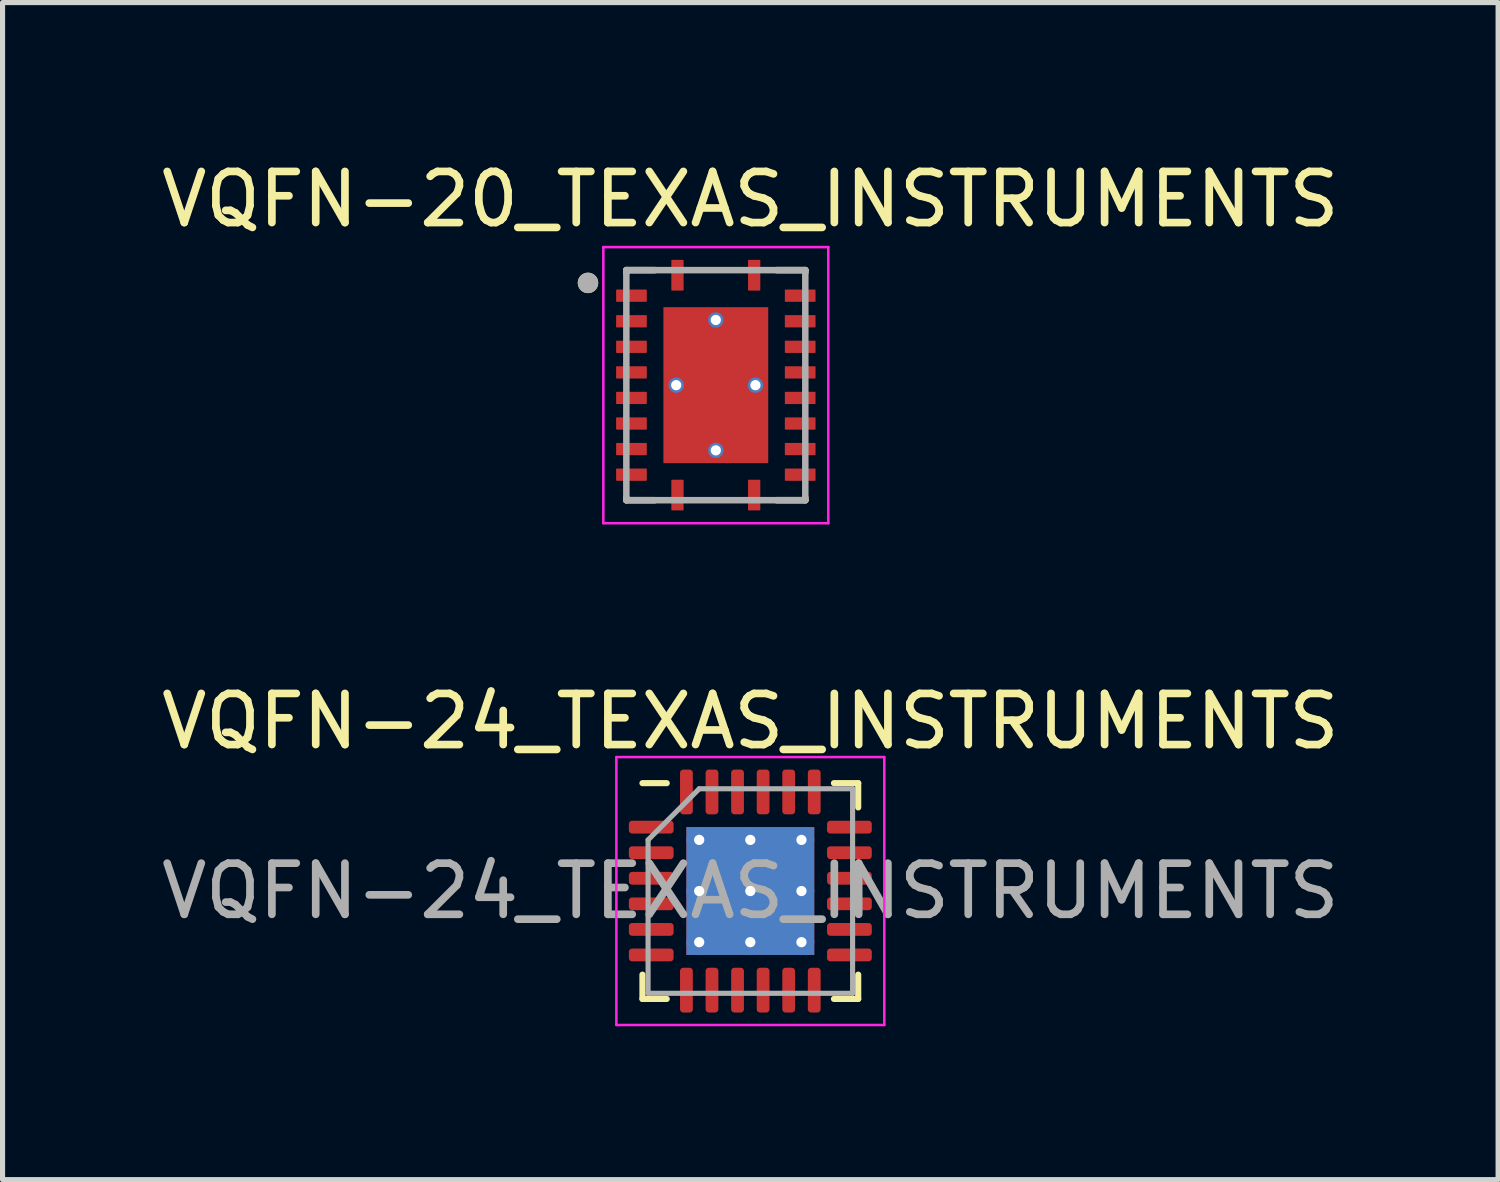
<source format=kicad_pcb>
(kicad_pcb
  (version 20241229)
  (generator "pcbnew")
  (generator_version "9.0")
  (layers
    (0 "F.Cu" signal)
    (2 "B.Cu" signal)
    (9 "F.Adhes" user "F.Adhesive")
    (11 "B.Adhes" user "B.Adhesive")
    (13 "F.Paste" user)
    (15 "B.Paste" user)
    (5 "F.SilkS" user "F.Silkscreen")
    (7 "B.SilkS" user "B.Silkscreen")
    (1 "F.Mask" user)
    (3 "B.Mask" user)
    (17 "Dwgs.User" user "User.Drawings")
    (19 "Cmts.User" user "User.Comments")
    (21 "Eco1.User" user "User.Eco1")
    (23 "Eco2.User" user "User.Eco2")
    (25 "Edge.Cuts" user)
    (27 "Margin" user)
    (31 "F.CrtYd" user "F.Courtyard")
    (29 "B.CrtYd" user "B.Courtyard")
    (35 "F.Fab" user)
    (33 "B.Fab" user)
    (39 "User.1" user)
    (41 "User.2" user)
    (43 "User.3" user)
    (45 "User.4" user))
  (footprint "VQFN-24_TEXAS_INSTRUMENTS"
    (layer "F.Cu")
    (at 11.625 14.377)
    (property "Reference" "VQFN-24_TEXAS_INSTRUMENTS" (at 0 -3.32 0) (layer "F.SilkS") (effects (font (size 1 1) (thickness 0.15))))
    (attr smd)
    (fp_line (start -2.11 2.11) (end -2.11 1.635) (stroke (width 0.12) (type solid)) (layer "F.SilkS"))
    (fp_line (start -1.635 -2.11) (end -2.11 -2.11) (stroke (width 0.12) (type solid)) (layer "F.SilkS"))
    (fp_line (start -1.635 2.11) (end -2.11 2.11) (stroke (width 0.12) (type solid)) (layer "F.SilkS"))
    (fp_line (start 1.635 -2.11) (end 2.11 -2.11) (stroke (width 0.12) (type solid)) (layer "F.SilkS"))
    (fp_line (start 1.635 2.11) (end 2.11 2.11) (stroke (width 0.12) (type solid)) (layer "F.SilkS"))
    (fp_line (start 2.11 -2.11) (end 2.11 -1.635) (stroke (width 0.12) (type solid)) (layer "F.SilkS"))
    (fp_line (start 2.11 2.11) (end 2.11 1.635) (stroke (width 0.12) (type solid)) (layer "F.SilkS"))
    (fp_line (start -2.62 -2.62) (end -2.62 2.62) (stroke (width 0.05) (type solid)) (layer "F.CrtYd"))
    (fp_line (start -2.62 2.62) (end 2.62 2.62) (stroke (width 0.05) (type solid)) (layer "F.CrtYd"))
    (fp_line (start 2.62 -2.62) (end -2.62 -2.62) (stroke (width 0.05) (type solid)) (layer "F.CrtYd"))
    (fp_line (start 2.62 2.62) (end 2.62 -2.62) (stroke (width 0.05) (type solid)) (layer "F.CrtYd"))
    (fp_line (start -2 -1) (end -1 -2) (stroke (width 0.1) (type solid)) (layer "F.Fab"))
    (fp_line (start -2 2) (end -2 -1) (stroke (width 0.1) (type solid)) (layer "F.Fab"))
    (fp_line (start -1 -2) (end 2 -2) (stroke (width 0.1) (type solid)) (layer "F.Fab"))
    (fp_line (start 2 -2) (end 2 2) (stroke (width 0.1) (type solid)) (layer "F.Fab"))
    (fp_line (start 2 2) (end -2 2) (stroke (width 0.1) (type solid)) (layer "F.Fab"))
    (fp_text user "${REFERENCE}" (at 0 0 0) (layer "F.Fab") (effects (font (size 1 1) (thickness 0.15))))
    (pad "" smd custom (at -0.5 -0.5) (size 0.779 0.779) (layers "F.Paste") (options (anchor circle)) (primitives (gr_poly (pts (xy -0.315 -0.192) (xy -0.192 -0.315) (xy 0.192 -0.315) (xy 0.315 -0.192) (xy 0.315 0.192) (xy 0.192 0.315) (xy -0.192 0.315) (xy -0.315 0.192)) (width 0.297) (fill yes))))
    (pad "" smd custom (at -0.5 0.5) (size 0.779 0.779) (layers "F.Paste") (options (anchor circle)) (primitives (gr_poly (pts (xy -0.315 -0.192) (xy -0.192 -0.315) (xy 0.192 -0.315) (xy 0.315 -0.192) (xy 0.315 0.192) (xy 0.192 0.315) (xy -0.192 0.315) (xy -0.315 0.192)) (width 0.297) (fill yes))))
    (pad "" smd custom (at 0.5 -0.5) (size 0.779 0.779) (layers "F.Paste") (options (anchor circle)) (primitives (gr_poly (pts (xy -0.315 -0.192) (xy -0.192 -0.315) (xy 0.192 -0.315) (xy 0.315 -0.192) (xy 0.315 0.192) (xy 0.192 0.315) (xy -0.192 0.315) (xy -0.315 0.192)) (width 0.297) (fill yes))))
    (pad "" smd custom (at 0.5 0.5) (size 0.779 0.779) (layers "F.Paste") (options (anchor circle)) (primitives (gr_poly (pts (xy -0.315 -0.192) (xy -0.192 -0.315) (xy 0.192 -0.315) (xy 0.315 -0.192) (xy 0.315 0.192) (xy 0.192 0.315) (xy -0.192 0.315) (xy -0.315 0.192)) (width 0.297) (fill yes))))
    (pad "1" smd roundrect (at -1.938 -1.25) (size 0.875 0.25) (layers "F.Cu" "F.Mask" "F.Paste") (roundrect_rratio 0.25))
    (pad "2" smd roundrect (at -1.938 -0.75) (size 0.875 0.25) (layers "F.Cu" "F.Mask" "F.Paste") (roundrect_rratio 0.25))
    (pad "3" smd roundrect (at -1.938 -0.25) (size 0.875 0.25) (layers "F.Cu" "F.Mask" "F.Paste") (roundrect_rratio 0.25))
    (pad "4" smd roundrect (at -1.938 0.25) (size 0.875 0.25) (layers "F.Cu" "F.Mask" "F.Paste") (roundrect_rratio 0.25))
    (pad "5" smd roundrect (at -1.938 0.75) (size 0.875 0.25) (layers "F.Cu" "F.Mask" "F.Paste") (roundrect_rratio 0.25))
    (pad "6" smd roundrect (at -1.938 1.25) (size 0.875 0.25) (layers "F.Cu" "F.Mask" "F.Paste") (roundrect_rratio 0.25))
    (pad "7" smd roundrect (at -1.25 1.938) (size 0.25 0.875) (layers "F.Cu" "F.Mask" "F.Paste") (roundrect_rratio 0.25))
    (pad "8" smd roundrect (at -0.75 1.938) (size 0.25 0.875) (layers "F.Cu" "F.Mask" "F.Paste") (roundrect_rratio 0.25))
    (pad "9" smd roundrect (at -0.25 1.938) (size 0.25 0.875) (layers "F.Cu" "F.Mask" "F.Paste") (roundrect_rratio 0.25))
    (pad "10" smd roundrect (at 0.25 1.938) (size 0.25 0.875) (layers "F.Cu" "F.Mask" "F.Paste") (roundrect_rratio 0.25))
    (pad "11" smd roundrect (at 0.75 1.938) (size 0.25 0.875) (layers "F.Cu" "F.Mask" "F.Paste") (roundrect_rratio 0.25))
    (pad "12" smd roundrect (at 1.25 1.938) (size 0.25 0.875) (layers "F.Cu" "F.Mask" "F.Paste") (roundrect_rratio 0.25))
    (pad "13" smd roundrect (at 1.938 1.25) (size 0.875 0.25) (layers "F.Cu" "F.Mask" "F.Paste") (roundrect_rratio 0.25))
    (pad "14" smd roundrect (at 1.938 0.75) (size 0.875 0.25) (layers "F.Cu" "F.Mask" "F.Paste") (roundrect_rratio 0.25))
    (pad "15" smd roundrect (at 1.938 0.25) (size 0.875 0.25) (layers "F.Cu" "F.Mask" "F.Paste") (roundrect_rratio 0.25))
    (pad "16" smd roundrect (at 1.938 -0.25) (size 0.875 0.25) (layers "F.Cu" "F.Mask" "F.Paste") (roundrect_rratio 0.25))
    (pad "17" smd roundrect (at 1.938 -0.75) (size 0.875 0.25) (layers "F.Cu" "F.Mask" "F.Paste") (roundrect_rratio 0.25))
    (pad "18" smd roundrect (at 1.938 -1.25) (size 0.875 0.25) (layers "F.Cu" "F.Mask" "F.Paste") (roundrect_rratio 0.25))
    (pad "19" smd roundrect (at 1.25 -1.938) (size 0.25 0.875) (layers "F.Cu" "F.Mask" "F.Paste") (roundrect_rratio 0.25))
    (pad "20" smd roundrect (at 0.75 -1.938) (size 0.25 0.875) (layers "F.Cu" "F.Mask" "F.Paste") (roundrect_rratio 0.25))
    (pad "21" smd roundrect (at 0.25 -1.938) (size 0.25 0.875) (layers "F.Cu" "F.Mask" "F.Paste") (roundrect_rratio 0.25))
    (pad "22" smd roundrect (at -0.25 -1.938) (size 0.25 0.875) (layers "F.Cu" "F.Mask" "F.Paste") (roundrect_rratio 0.25))
    (pad "23" smd roundrect (at -0.75 -1.938) (size 0.25 0.875) (layers "F.Cu" "F.Mask" "F.Paste") (roundrect_rratio 0.25))
    (pad "24" smd roundrect (at -1.25 -1.938) (size 0.25 0.875) (layers "F.Cu" "F.Mask" "F.Paste") (roundrect_rratio 0.25))
    (pad "25" thru_hole circle (at -1 -1) (size 0.5 0.5) (drill 0.2) (layers "*.Cu"))
    (pad "25" thru_hole circle (at -1 0) (size 0.5 0.5) (drill 0.2) (layers "*.Cu"))
    (pad "25" thru_hole circle (at -1 1) (size 0.5 0.5) (drill 0.2) (layers "*.Cu"))
    (pad "25" thru_hole circle (at 0 -1) (size 0.5 0.5) (drill 0.2) (layers "*.Cu"))
    (pad "25" thru_hole circle (at 0 0) (size 0.5 0.5) (drill 0.2) (layers "*.Cu"))
    (pad "25" smd rect (at 0 0) (size 2.5 2.5) (layers "F.Cu" "F.Mask"))
    (pad "25" smd rect (at 0 0) (size 2.5 2.5) (layers "B.Cu"))
    (pad "25" thru_hole circle (at 0 1) (size 0.5 0.5) (drill 0.2) (layers "*.Cu"))
    (pad "25" thru_hole circle (at 1 -1) (size 0.5 0.5) (drill 0.2) (layers "*.Cu"))
    (pad "25" thru_hole circle (at 1 0) (size 0.5 0.5) (drill 0.2) (layers "*.Cu"))
    (pad "25" thru_hole circle (at 1 1) (size 0.5 0.5) (drill 0.2) (layers "*.Cu")))
  (footprint "VQFN-20_TEXAS_INSTRUMENTS"
    (layer "F.Cu")
    (at 10.95 4.483)
    (property "Reference" "VQFN-20_TEXAS_INSTRUMENTS" (at 0.675 -3.635 0) (layer "F.SilkS") (effects (font (size 1 1) (thickness 0.15))))
    (attr smd)
    (fp_line (start -1.75 -2.25) (end -1.75 -2.2) (stroke (width 0.127) (type solid)) (layer "F.SilkS"))
    (fp_line (start -1.75 -2.25) (end -1.19 -2.25) (stroke (width 0.127) (type solid)) (layer "F.SilkS"))
    (fp_line (start -1.75 2.25) (end -1.75 2.2) (stroke (width 0.127) (type solid)) (layer "F.SilkS"))
    (fp_line (start -1.75 2.25) (end -1.19 2.25) (stroke (width 0.127) (type solid)) (layer "F.SilkS"))
    (fp_line (start 1.75 -2.25) (end 1.19 -2.25) (stroke (width 0.127) (type solid)) (layer "F.SilkS"))
    (fp_line (start 1.75 -2.25) (end 1.75 -2.2) (stroke (width 0.127) (type solid)) (layer "F.SilkS"))
    (fp_line (start 1.75 2.25) (end 1.19 2.25) (stroke (width 0.127) (type solid)) (layer "F.SilkS"))
    (fp_line (start 1.75 2.25) (end 1.75 2.2) (stroke (width 0.127) (type solid)) (layer "F.SilkS"))
    (fp_circle (center -2.5 -2) (end -2.4 -2) (stroke (width 0.2) (type solid)) (fill no) (layer "F.SilkS"))
    (fp_poly (pts (xy -1.02 -1.435) (xy -0.1 -1.435) (xy -0.1 -0.105) (xy -1.02 -0.105)) (stroke (width 0.01) (type solid)) (fill yes) (layer "F.Paste"))
    (fp_poly (pts (xy -1.02 0.105) (xy -0.1 0.105) (xy -0.1 1.435) (xy -1.02 1.435)) (stroke (width 0.01) (type solid)) (fill yes) (layer "F.Paste"))
    (fp_poly (pts (xy 0.1 -1.435) (xy 1.02 -1.435) (xy 1.02 -0.105) (xy 0.1 -0.105)) (stroke (width 0.01) (type solid)) (fill yes) (layer "F.Paste"))
    (fp_poly (pts (xy 0.1 0.105) (xy 1.02 0.105) (xy 1.02 1.435) (xy 0.1 1.435)) (stroke (width 0.01) (type solid)) (fill yes) (layer "F.Paste"))
    (fp_line (start -2.2 -2.7) (end 2.2 -2.7) (stroke (width 0.05) (type solid)) (layer "F.CrtYd"))
    (fp_line (start -2.2 2.7) (end -2.2 -2.7) (stroke (width 0.05) (type solid)) (layer "F.CrtYd"))
    (fp_line (start -2.2 2.7) (end 2.2 2.7) (stroke (width 0.05) (type solid)) (layer "F.CrtYd"))
    (fp_line (start 2.2 2.7) (end 2.2 -2.7) (stroke (width 0.05) (type solid)) (layer "F.CrtYd"))
    (fp_line (start -1.75 2.25) (end -1.75 -2.25) (stroke (width 0.127) (type solid)) (layer "F.Fab"))
    (fp_line (start 1.75 -2.25) (end -1.75 -2.25) (stroke (width 0.127) (type solid)) (layer "F.Fab"))
    (fp_line (start 1.75 2.25) (end -1.75 2.25) (stroke (width 0.127) (type solid)) (layer "F.Fab"))
    (fp_line (start 1.75 2.25) (end 1.75 -2.25) (stroke (width 0.127) (type solid)) (layer "F.Fab"))
    (fp_circle (center -2.5 -2) (end -2.4 -2) (stroke (width 0.2) (type solid)) (fill no) (layer "F.Fab"))
    (pad "1" smd roundrect (at -0.75 -2.15 90) (size 0.6 0.24) (layers "F.Cu" "F.Mask" "F.Paste") (roundrect_rratio 0.05))
    (pad "2" smd roundrect (at -1.65 -1.75) (size 0.6 0.24) (layers "F.Cu" "F.Mask" "F.Paste") (roundrect_rratio 0.05))
    (pad "3" smd roundrect (at -1.65 -1.25) (size 0.6 0.24) (layers "F.Cu" "F.Mask" "F.Paste") (roundrect_rratio 0.05))
    (pad "4" smd roundrect (at -1.65 -0.75) (size 0.6 0.24) (layers "F.Cu" "F.Mask" "F.Paste") (roundrect_rratio 0.05))
    (pad "5" smd roundrect (at -1.65 -0.25) (size 0.6 0.24) (layers "F.Cu" "F.Mask" "F.Paste") (roundrect_rratio 0.05))
    (pad "6" smd roundrect (at -1.65 0.25) (size 0.6 0.24) (layers "F.Cu" "F.Mask" "F.Paste") (roundrect_rratio 0.05))
    (pad "7" smd roundrect (at -1.65 0.75) (size 0.6 0.24) (layers "F.Cu" "F.Mask" "F.Paste") (roundrect_rratio 0.05))
    (pad "8" smd roundrect (at -1.65 1.25) (size 0.6 0.24) (layers "F.Cu" "F.Mask" "F.Paste") (roundrect_rratio 0.05))
    (pad "9" smd roundrect (at -1.65 1.75) (size 0.6 0.24) (layers "F.Cu" "F.Mask" "F.Paste") (roundrect_rratio 0.05))
    (pad "10" smd roundrect (at -0.75 2.15 90) (size 0.6 0.24) (layers "F.Cu" "F.Mask" "F.Paste") (roundrect_rratio 0.05))
    (pad "11" smd roundrect (at 0.75 2.15 90) (size 0.6 0.24) (layers "F.Cu" "F.Mask" "F.Paste") (roundrect_rratio 0.05))
    (pad "12" smd roundrect (at 1.65 1.75) (size 0.6 0.24) (layers "F.Cu" "F.Mask" "F.Paste") (roundrect_rratio 0.05))
    (pad "13" smd roundrect (at 1.65 1.25) (size 0.6 0.24) (layers "F.Cu" "F.Mask" "F.Paste") (roundrect_rratio 0.05))
    (pad "14" smd roundrect (at 1.65 0.75) (size 0.6 0.24) (layers "F.Cu" "F.Mask" "F.Paste") (roundrect_rratio 0.05))
    (pad "15" smd roundrect (at 1.65 0.25) (size 0.6 0.24) (layers "F.Cu" "F.Mask" "F.Paste") (roundrect_rratio 0.05))
    (pad "16" smd roundrect (at 1.65 -0.25) (size 0.6 0.24) (layers "F.Cu" "F.Mask" "F.Paste") (roundrect_rratio 0.05))
    (pad "17" smd roundrect (at 1.65 -0.75) (size 0.6 0.24) (layers "F.Cu" "F.Mask" "F.Paste") (roundrect_rratio 0.05))
    (pad "18" smd roundrect (at 1.65 -1.25) (size 0.6 0.24) (layers "F.Cu" "F.Mask" "F.Paste") (roundrect_rratio 0.05))
    (pad "19" smd roundrect (at 1.65 -1.75) (size 0.6 0.24) (layers "F.Cu" "F.Mask" "F.Paste") (roundrect_rratio 0.05))
    (pad "20" smd roundrect (at 0.75 -2.15 90) (size 0.6 0.24) (layers "F.Cu" "F.Mask" "F.Paste") (roundrect_rratio 0.05))
    (pad "21" smd rect (at 0 0) (size 2.05 3.05) (layers "F.Cu" "F.Mask"))
    (pad "22" thru_hole circle (at 0 -1.275) (size 0.3 0.3) (drill 0.2) (layers "*.Cu"))
    (pad "23" thru_hole circle (at -0.775 0) (size 0.3 0.3) (drill 0.2) (layers "*.Cu"))
    (pad "24" thru_hole circle (at 0.775 0) (size 0.3 0.3) (drill 0.2) (layers "*.Cu"))
    (pad "25" thru_hole circle (at 0 1.275) (size 0.3 0.3) (drill 0.2) (layers "*.Cu")))
  (gr_rect
    (start -3 -3)
    (end 26.25 20.021)
    (stroke (width 0.1) (type default))
    (fill no)
    (layer "Edge.Cuts")))
</source>
